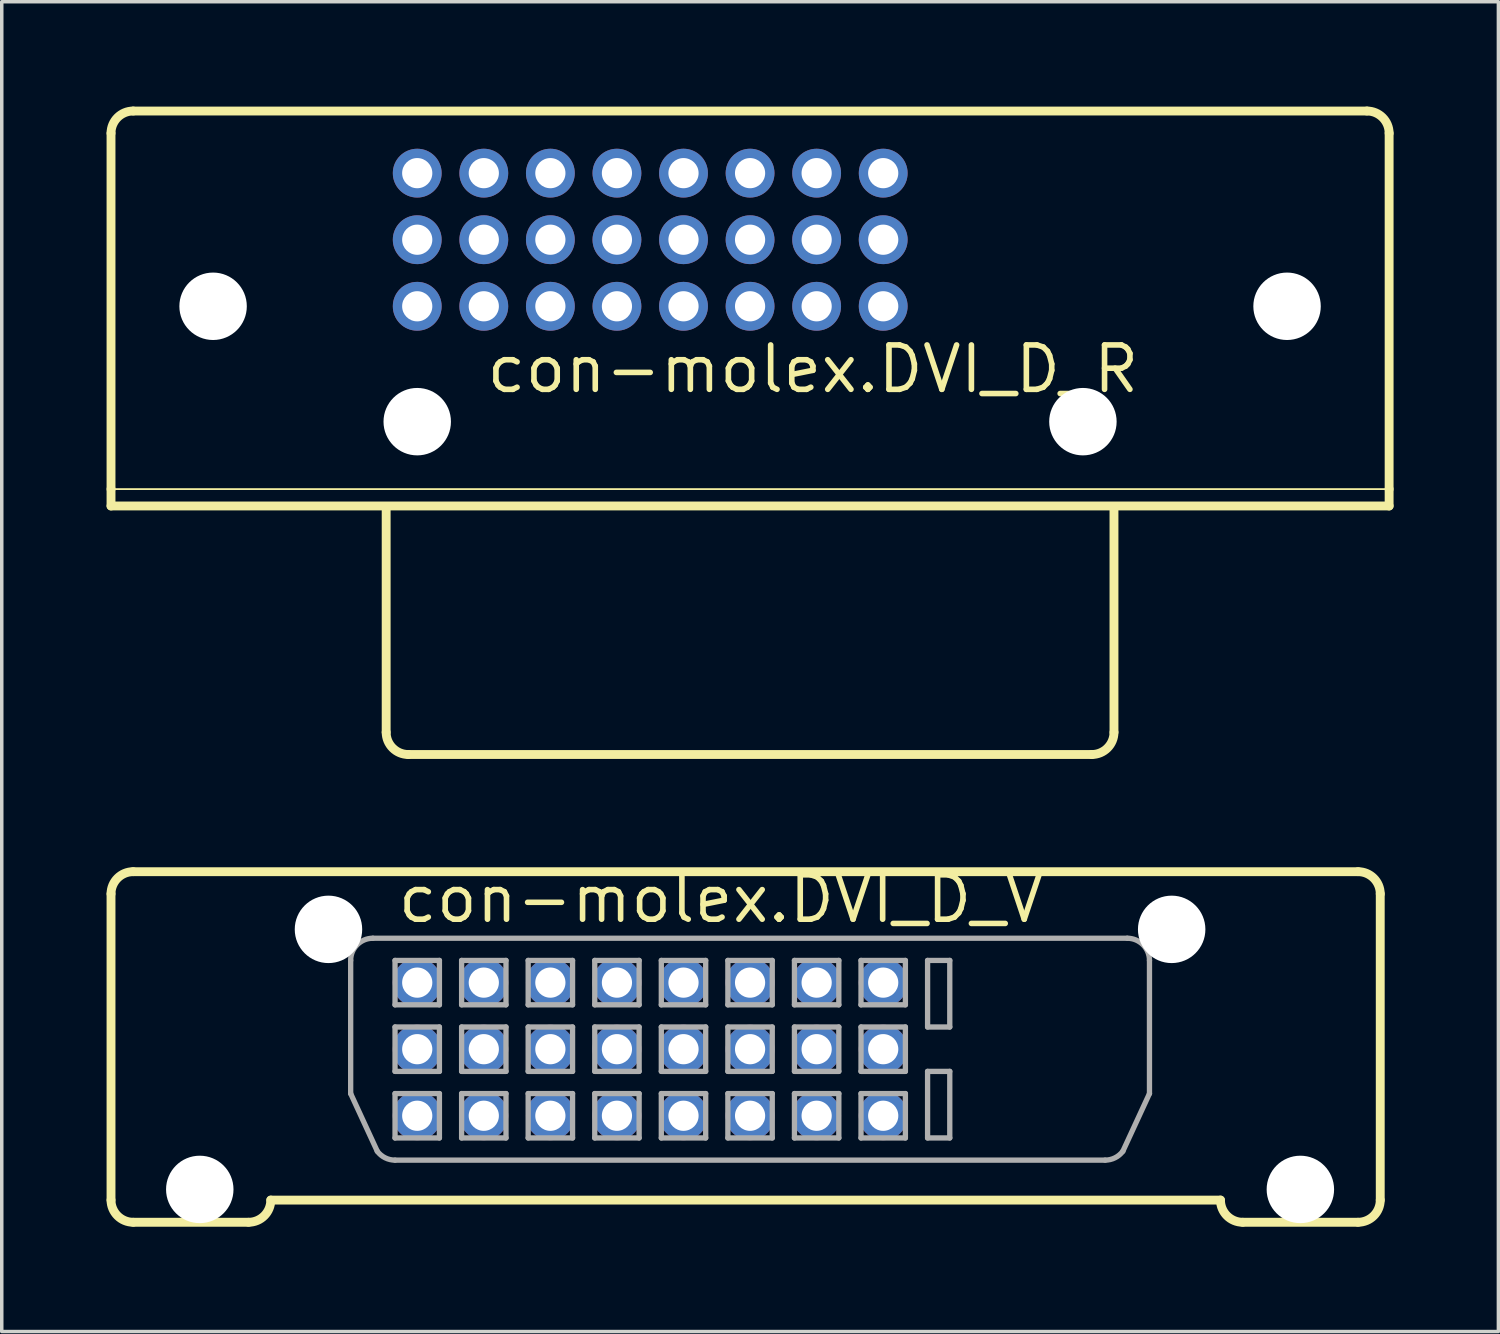
<source format=kicad_pcb>
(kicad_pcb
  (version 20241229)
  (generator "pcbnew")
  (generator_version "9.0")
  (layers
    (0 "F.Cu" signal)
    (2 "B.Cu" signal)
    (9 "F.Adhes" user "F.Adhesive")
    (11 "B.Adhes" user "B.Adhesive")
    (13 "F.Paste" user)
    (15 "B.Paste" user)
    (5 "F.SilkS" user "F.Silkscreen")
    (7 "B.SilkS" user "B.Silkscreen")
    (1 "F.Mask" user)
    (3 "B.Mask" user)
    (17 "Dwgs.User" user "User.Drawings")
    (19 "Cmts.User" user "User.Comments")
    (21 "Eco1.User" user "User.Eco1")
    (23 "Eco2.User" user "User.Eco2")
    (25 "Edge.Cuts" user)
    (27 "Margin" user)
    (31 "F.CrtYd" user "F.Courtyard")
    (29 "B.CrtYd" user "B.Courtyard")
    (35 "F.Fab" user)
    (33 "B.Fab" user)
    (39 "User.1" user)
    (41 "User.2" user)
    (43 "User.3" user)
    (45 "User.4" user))
  (footprint "con-molex.DVI_D_V"
    (layer "F.Cu")
    (at 18.415 26.34)
    (property "Reference" "con-molex.DVI_D_V" (at -10.16 -2.921 0) (layer "F.SilkS") (effects (font (size 1.27 1.27) (thickness 0.16)) (justify left bottom)))
    (attr through_hole)
    (fp_line (start -18.288 4.953) (end -18.288 -3.81) (stroke (width 0.254) (type default)) (layer "F.SilkS"))
    (fp_line (start -17.653 5.588) (end -14.351 5.588) (stroke (width 0.254) (type default)) (layer "F.SilkS"))
    (fp_line (start -13.716 4.953) (end 13.462 4.953) (stroke (width 0.254) (type default)) (layer "F.SilkS"))
    (fp_line (start 14.097 5.588) (end 17.399 5.588) (stroke (width 0.254) (type default)) (layer "F.SilkS"))
    (fp_line (start 17.399 -4.445) (end -17.653 -4.445) (stroke (width 0.254) (type default)) (layer "F.SilkS"))
    (fp_line (start 18.034 4.953) (end 18.034 -3.81) (stroke (width 0.254) (type default)) (layer "F.SilkS"))
    (fp_arc (start -18.288 -3.81) (mid -18.102013 -4.259013) (end -17.653 -4.445) (stroke (width 0.254) (type default)) (layer "F.SilkS"))
    (fp_arc (start -17.653 5.588) (mid -18.102013 5.402013) (end -18.288 4.953) (stroke (width 0.254) (type default)) (layer "F.SilkS"))
    (fp_arc (start -13.716 4.953) (mid -13.901987 5.402013) (end -14.351 5.588) (stroke (width 0.254) (type default)) (layer "F.SilkS"))
    (fp_arc (start 14.097 5.588) (mid 13.647987 5.402013) (end 13.462 4.953) (stroke (width 0.254) (type default)) (layer "F.SilkS"))
    (fp_arc (start 17.399 -4.445) (mid 17.848013 -4.259013) (end 18.034 -3.81) (stroke (width 0.254) (type default)) (layer "F.SilkS"))
    (fp_arc (start 18.034 4.953) (mid 17.848013 5.402013) (end 17.399 5.588) (stroke (width 0.254) (type default)) (layer "F.SilkS"))
    (fp_line (start -11.43 -1.905) (end -11.43 1.905) (stroke (width 0.152) (type default)) (layer "F.Fab"))
    (fp_line (start -11.43 1.905) (end -10.668 3.556) (stroke (width 0.152) (type default)) (layer "F.Fab"))
    (fp_line (start -10.795 -2.54) (end 10.795 -2.54) (stroke (width 0.152) (type default)) (layer "F.Fab"))
    (fp_line (start -10.16 -1.905) (end -10.16 -0.635) (stroke (width 0.152) (type default)) (layer "F.Fab"))
    (fp_line (start -10.16 -0.635) (end -8.89 -0.635) (stroke (width 0.152) (type default)) (layer "F.Fab"))
    (fp_line (start -10.16 0) (end -10.16 1.27) (stroke (width 0.152) (type default)) (layer "F.Fab"))
    (fp_line (start -10.16 1.27) (end -8.89 1.27) (stroke (width 0.152) (type default)) (layer "F.Fab"))
    (fp_line (start -10.16 1.905) (end -10.16 3.175) (stroke (width 0.152) (type default)) (layer "F.Fab"))
    (fp_line (start -10.16 3.175) (end -8.89 3.175) (stroke (width 0.152) (type default)) (layer "F.Fab"))
    (fp_line (start -10.16 3.81) (end 10.16 3.81) (stroke (width 0.152) (type default)) (layer "F.Fab"))
    (fp_line (start -8.89 -1.905) (end -10.16 -1.905) (stroke (width 0.152) (type default)) (layer "F.Fab"))
    (fp_line (start -8.89 -0.635) (end -8.89 -1.905) (stroke (width 0.152) (type default)) (layer "F.Fab"))
    (fp_line (start -8.89 0) (end -10.16 0) (stroke (width 0.152) (type default)) (layer "F.Fab"))
    (fp_line (start -8.89 1.27) (end -8.89 0) (stroke (width 0.152) (type default)) (layer "F.Fab"))
    (fp_line (start -8.89 1.905) (end -10.16 1.905) (stroke (width 0.152) (type default)) (layer "F.Fab"))
    (fp_line (start -8.89 3.175) (end -8.89 1.905) (stroke (width 0.152) (type default)) (layer "F.Fab"))
    (fp_line (start -8.255 -1.905) (end -8.255 -0.635) (stroke (width 0.152) (type default)) (layer "F.Fab"))
    (fp_line (start -8.255 -0.635) (end -6.985 -0.635) (stroke (width 0.152) (type default)) (layer "F.Fab"))
    (fp_line (start -8.255 0) (end -8.255 1.27) (stroke (width 0.152) (type default)) (layer "F.Fab"))
    (fp_line (start -8.255 1.27) (end -6.985 1.27) (stroke (width 0.152) (type default)) (layer "F.Fab"))
    (fp_line (start -8.255 1.905) (end -8.255 3.175) (stroke (width 0.152) (type default)) (layer "F.Fab"))
    (fp_line (start -8.255 3.175) (end -6.985 3.175) (stroke (width 0.152) (type default)) (layer "F.Fab"))
    (fp_line (start -6.985 -1.905) (end -8.255 -1.905) (stroke (width 0.152) (type default)) (layer "F.Fab"))
    (fp_line (start -6.985 -0.635) (end -6.985 -1.905) (stroke (width 0.152) (type default)) (layer "F.Fab"))
    (fp_line (start -6.985 0) (end -8.255 0) (stroke (width 0.152) (type default)) (layer "F.Fab"))
    (fp_line (start -6.985 1.27) (end -6.985 0) (stroke (width 0.152) (type default)) (layer "F.Fab"))
    (fp_line (start -6.985 1.905) (end -8.255 1.905) (stroke (width 0.152) (type default)) (layer "F.Fab"))
    (fp_line (start -6.985 3.175) (end -6.985 1.905) (stroke (width 0.152) (type default)) (layer "F.Fab"))
    (fp_line (start -6.35 -1.905) (end -6.35 -0.635) (stroke (width 0.152) (type default)) (layer "F.Fab"))
    (fp_line (start -6.35 -0.635) (end -5.08 -0.635) (stroke (width 0.152) (type default)) (layer "F.Fab"))
    (fp_line (start -6.35 0) (end -6.35 1.27) (stroke (width 0.152) (type default)) (layer "F.Fab"))
    (fp_line (start -6.35 1.27) (end -5.08 1.27) (stroke (width 0.152) (type default)) (layer "F.Fab"))
    (fp_line (start -6.35 1.905) (end -6.35 3.175) (stroke (width 0.152) (type default)) (layer "F.Fab"))
    (fp_line (start -6.35 3.175) (end -5.08 3.175) (stroke (width 0.152) (type default)) (layer "F.Fab"))
    (fp_line (start -5.08 -1.905) (end -6.35 -1.905) (stroke (width 0.152) (type default)) (layer "F.Fab"))
    (fp_line (start -5.08 -0.635) (end -5.08 -1.905) (stroke (width 0.152) (type default)) (layer "F.Fab"))
    (fp_line (start -5.08 0) (end -6.35 0) (stroke (width 0.152) (type default)) (layer "F.Fab"))
    (fp_line (start -5.08 1.27) (end -5.08 0) (stroke (width 0.152) (type default)) (layer "F.Fab"))
    (fp_line (start -5.08 1.905) (end -6.35 1.905) (stroke (width 0.152) (type default)) (layer "F.Fab"))
    (fp_line (start -5.08 3.175) (end -5.08 1.905) (stroke (width 0.152) (type default)) (layer "F.Fab"))
    (fp_line (start -4.445 -1.905) (end -4.445 -0.635) (stroke (width 0.152) (type default)) (layer "F.Fab"))
    (fp_line (start -4.445 -0.635) (end -3.175 -0.635) (stroke (width 0.152) (type default)) (layer "F.Fab"))
    (fp_line (start -4.445 0) (end -4.445 1.27) (stroke (width 0.152) (type default)) (layer "F.Fab"))
    (fp_line (start -4.445 1.27) (end -3.175 1.27) (stroke (width 0.152) (type default)) (layer "F.Fab"))
    (fp_line (start -4.445 1.905) (end -4.445 3.175) (stroke (width 0.152) (type default)) (layer "F.Fab"))
    (fp_line (start -4.445 3.175) (end -3.175 3.175) (stroke (width 0.152) (type default)) (layer "F.Fab"))
    (fp_line (start -3.175 -1.905) (end -4.445 -1.905) (stroke (width 0.152) (type default)) (layer "F.Fab"))
    (fp_line (start -3.175 -0.635) (end -3.175 -1.905) (stroke (width 0.152) (type default)) (layer "F.Fab"))
    (fp_line (start -3.175 0) (end -4.445 0) (stroke (width 0.152) (type default)) (layer "F.Fab"))
    (fp_line (start -3.175 1.27) (end -3.175 0) (stroke (width 0.152) (type default)) (layer "F.Fab"))
    (fp_line (start -3.175 1.905) (end -4.445 1.905) (stroke (width 0.152) (type default)) (layer "F.Fab"))
    (fp_line (start -3.175 3.175) (end -3.175 1.905) (stroke (width 0.152) (type default)) (layer "F.Fab"))
    (fp_line (start -2.54 -1.905) (end -2.54 -0.635) (stroke (width 0.152) (type default)) (layer "F.Fab"))
    (fp_line (start -2.54 -0.635) (end -1.27 -0.635) (stroke (width 0.152) (type default)) (layer "F.Fab"))
    (fp_line (start -2.54 0) (end -2.54 1.27) (stroke (width 0.152) (type default)) (layer "F.Fab"))
    (fp_line (start -2.54 1.27) (end -1.27 1.27) (stroke (width 0.152) (type default)) (layer "F.Fab"))
    (fp_line (start -2.54 1.905) (end -2.54 3.175) (stroke (width 0.152) (type default)) (layer "F.Fab"))
    (fp_line (start -2.54 3.175) (end -1.27 3.175) (stroke (width 0.152) (type default)) (layer "F.Fab"))
    (fp_line (start -1.27 -1.905) (end -2.54 -1.905) (stroke (width 0.152) (type default)) (layer "F.Fab"))
    (fp_line (start -1.27 -0.635) (end -1.27 -1.905) (stroke (width 0.152) (type default)) (layer "F.Fab"))
    (fp_line (start -1.27 0) (end -2.54 0) (stroke (width 0.152) (type default)) (layer "F.Fab"))
    (fp_line (start -1.27 1.27) (end -1.27 0) (stroke (width 0.152) (type default)) (layer "F.Fab"))
    (fp_line (start -1.27 1.905) (end -2.54 1.905) (stroke (width 0.152) (type default)) (layer "F.Fab"))
    (fp_line (start -1.27 3.175) (end -1.27 1.905) (stroke (width 0.152) (type default)) (layer "F.Fab"))
    (fp_line (start -0.635 -1.905) (end -0.635 -0.635) (stroke (width 0.152) (type default)) (layer "F.Fab"))
    (fp_line (start -0.635 -0.635) (end 0.635 -0.635) (stroke (width 0.152) (type default)) (layer "F.Fab"))
    (fp_line (start -0.635 0) (end -0.635 1.27) (stroke (width 0.152) (type default)) (layer "F.Fab"))
    (fp_line (start -0.635 1.27) (end 0.635 1.27) (stroke (width 0.152) (type default)) (layer "F.Fab"))
    (fp_line (start -0.635 1.905) (end -0.635 3.175) (stroke (width 0.152) (type default)) (layer "F.Fab"))
    (fp_line (start -0.635 3.175) (end 0.635 3.175) (stroke (width 0.152) (type default)) (layer "F.Fab"))
    (fp_line (start 0.635 -1.905) (end -0.635 -1.905) (stroke (width 0.152) (type default)) (layer "F.Fab"))
    (fp_line (start 0.635 -0.635) (end 0.635 -1.905) (stroke (width 0.152) (type default)) (layer "F.Fab"))
    (fp_line (start 0.635 0) (end -0.635 0) (stroke (width 0.152) (type default)) (layer "F.Fab"))
    (fp_line (start 0.635 1.27) (end 0.635 0) (stroke (width 0.152) (type default)) (layer "F.Fab"))
    (fp_line (start 0.635 1.905) (end -0.635 1.905) (stroke (width 0.152) (type default)) (layer "F.Fab"))
    (fp_line (start 0.635 3.175) (end 0.635 1.905) (stroke (width 0.152) (type default)) (layer "F.Fab"))
    (fp_line (start 1.27 -1.905) (end 1.27 -0.635) (stroke (width 0.152) (type default)) (layer "F.Fab"))
    (fp_line (start 1.27 -0.635) (end 2.54 -0.635) (stroke (width 0.152) (type default)) (layer "F.Fab"))
    (fp_line (start 1.27 0) (end 1.27 1.27) (stroke (width 0.152) (type default)) (layer "F.Fab"))
    (fp_line (start 1.27 1.27) (end 2.54 1.27) (stroke (width 0.152) (type default)) (layer "F.Fab"))
    (fp_line (start 1.27 1.905) (end 1.27 3.175) (stroke (width 0.152) (type default)) (layer "F.Fab"))
    (fp_line (start 1.27 3.175) (end 2.54 3.175) (stroke (width 0.152) (type default)) (layer "F.Fab"))
    (fp_line (start 2.54 -1.905) (end 1.27 -1.905) (stroke (width 0.152) (type default)) (layer "F.Fab"))
    (fp_line (start 2.54 -0.635) (end 2.54 -1.905) (stroke (width 0.152) (type default)) (layer "F.Fab"))
    (fp_line (start 2.54 0) (end 1.27 0) (stroke (width 0.152) (type default)) (layer "F.Fab"))
    (fp_line (start 2.54 1.27) (end 2.54 0) (stroke (width 0.152) (type default)) (layer "F.Fab"))
    (fp_line (start 2.54 1.905) (end 1.27 1.905) (stroke (width 0.152) (type default)) (layer "F.Fab"))
    (fp_line (start 2.54 3.175) (end 2.54 1.905) (stroke (width 0.152) (type default)) (layer "F.Fab"))
    (fp_line (start 3.175 -1.905) (end 3.175 -0.635) (stroke (width 0.152) (type default)) (layer "F.Fab"))
    (fp_line (start 3.175 -0.635) (end 4.445 -0.635) (stroke (width 0.152) (type default)) (layer "F.Fab"))
    (fp_line (start 3.175 0) (end 3.175 1.27) (stroke (width 0.152) (type default)) (layer "F.Fab"))
    (fp_line (start 3.175 1.27) (end 4.445 1.27) (stroke (width 0.152) (type default)) (layer "F.Fab"))
    (fp_line (start 3.175 1.905) (end 3.175 3.175) (stroke (width 0.152) (type default)) (layer "F.Fab"))
    (fp_line (start 3.175 3.175) (end 4.445 3.175) (stroke (width 0.152) (type default)) (layer "F.Fab"))
    (fp_line (start 4.445 -1.905) (end 3.175 -1.905) (stroke (width 0.152) (type default)) (layer "F.Fab"))
    (fp_line (start 4.445 -0.635) (end 4.445 -1.905) (stroke (width 0.152) (type default)) (layer "F.Fab"))
    (fp_line (start 4.445 0) (end 3.175 0) (stroke (width 0.152) (type default)) (layer "F.Fab"))
    (fp_line (start 4.445 1.27) (end 4.445 0) (stroke (width 0.152) (type default)) (layer "F.Fab"))
    (fp_line (start 4.445 1.905) (end 3.175 1.905) (stroke (width 0.152) (type default)) (layer "F.Fab"))
    (fp_line (start 4.445 3.175) (end 4.445 1.905) (stroke (width 0.152) (type default)) (layer "F.Fab"))
    (fp_line (start 5.08 -1.905) (end 5.715 -1.905) (stroke (width 0.152) (type default)) (layer "F.Fab"))
    (fp_line (start 5.08 0) (end 5.08 -1.905) (stroke (width 0.152) (type default)) (layer "F.Fab"))
    (fp_line (start 5.08 1.27) (end 5.715 1.27) (stroke (width 0.152) (type default)) (layer "F.Fab"))
    (fp_line (start 5.08 3.175) (end 5.08 1.27) (stroke (width 0.152) (type default)) (layer "F.Fab"))
    (fp_line (start 5.715 -1.905) (end 5.715 0) (stroke (width 0.152) (type default)) (layer "F.Fab"))
    (fp_line (start 5.715 0) (end 5.08 0) (stroke (width 0.152) (type default)) (layer "F.Fab"))
    (fp_line (start 5.715 1.27) (end 5.715 3.175) (stroke (width 0.152) (type default)) (layer "F.Fab"))
    (fp_line (start 5.715 3.175) (end 5.08 3.175) (stroke (width 0.152) (type default)) (layer "F.Fab"))
    (fp_line (start 11.43 -1.905) (end 11.43 1.905) (stroke (width 0.152) (type default)) (layer "F.Fab"))
    (fp_line (start 11.43 1.905) (end 10.668 3.556) (stroke (width 0.152) (type default)) (layer "F.Fab"))
    (fp_arc (start -11.43 -1.905) (mid -11.244013 -2.354013) (end -10.795 -2.54) (stroke (width 0.1524) (type default)) (layer "F.Fab"))
    (fp_arc (start -10.16 3.81) (mid -10.443981 3.742961) (end -10.668 3.556) (stroke (width 0.1524) (type default)) (layer "F.Fab"))
    (fp_arc (start 10.668 3.556) (mid 10.443981 3.742961) (end 10.16 3.81) (stroke (width 0.1524) (type default)) (layer "F.Fab"))
    (fp_arc (start 10.795 -2.54) (mid 11.244013 -2.354013) (end 11.43 -1.905) (stroke (width 0.1524) (type default)) (layer "F.Fab"))
    (pad "" np_thru_hole circle (at -15.748 4.648) (size 1.93 1.93) (drill 1.93) (layers "*.Cu" "*.Mask"))
    (pad "" np_thru_hole circle (at -12.065 -2.794) (size 1.93 1.93) (drill 1.93) (layers "*.Cu" "*.Mask"))
    (pad "" np_thru_hole circle (at 12.065 -2.794) (size 1.93 1.93) (drill 1.93) (layers "*.Cu" "*.Mask"))
    (pad "" np_thru_hole circle (at 15.748 4.648) (size 1.93 1.93) (drill 1.93) (layers "*.Cu" "*.Mask"))
    (pad "1" thru_hole circle (at -9.525 -1.27) (size 1.397 1.397) (drill 0.864) (layers "*.Cu" "*.Mask"))
    (pad "2" thru_hole circle (at -7.62 -1.27) (size 1.397 1.397) (drill 0.864) (layers "*.Cu" "*.Mask"))
    (pad "3" thru_hole circle (at -5.715 -1.27) (size 1.397 1.397) (drill 0.864) (layers "*.Cu" "*.Mask"))
    (pad "4" thru_hole circle (at -3.81 -1.27) (size 1.397 1.397) (drill 0.864) (layers "*.Cu" "*.Mask"))
    (pad "5" thru_hole circle (at -1.905 -1.27) (size 1.397 1.397) (drill 0.864) (layers "*.Cu" "*.Mask"))
    (pad "6" thru_hole circle (at 0 -1.27) (size 1.397 1.397) (drill 0.864) (layers "*.Cu" "*.Mask"))
    (pad "7" thru_hole circle (at 1.905 -1.27) (size 1.397 1.397) (drill 0.864) (layers "*.Cu" "*.Mask"))
    (pad "8" thru_hole circle (at 3.81 -1.27) (size 1.397 1.397) (drill 0.864) (layers "*.Cu" "*.Mask"))
    (pad "9" thru_hole circle (at -9.525 0.635) (size 1.397 1.397) (drill 0.864) (layers "*.Cu" "*.Mask"))
    (pad "10" thru_hole circle (at -7.62 0.635) (size 1.397 1.397) (drill 0.864) (layers "*.Cu" "*.Mask"))
    (pad "11" thru_hole circle (at -5.715 0.635) (size 1.397 1.397) (drill 0.864) (layers "*.Cu" "*.Mask"))
    (pad "12" thru_hole circle (at -3.81 0.635) (size 1.397 1.397) (drill 0.864) (layers "*.Cu" "*.Mask"))
    (pad "13" thru_hole circle (at -1.905 0.635) (size 1.397 1.397) (drill 0.864) (layers "*.Cu" "*.Mask"))
    (pad "14" thru_hole circle (at 0 0.635) (size 1.397 1.397) (drill 0.864) (layers "*.Cu" "*.Mask"))
    (pad "15" thru_hole circle (at 1.905 0.635) (size 1.397 1.397) (drill 0.864) (layers "*.Cu" "*.Mask"))
    (pad "16" thru_hole circle (at 3.81 0.635) (size 1.397 1.397) (drill 0.864) (layers "*.Cu" "*.Mask"))
    (pad "17" thru_hole circle (at -9.525 2.54) (size 1.397 1.397) (drill 0.864) (layers "*.Cu" "*.Mask"))
    (pad "18" thru_hole circle (at -7.62 2.54) (size 1.397 1.397) (drill 0.864) (layers "*.Cu" "*.Mask"))
    (pad "19" thru_hole circle (at -5.715 2.54) (size 1.397 1.397) (drill 0.864) (layers "*.Cu" "*.Mask"))
    (pad "20" thru_hole circle (at -3.81 2.54) (size 1.397 1.397) (drill 0.864) (layers "*.Cu" "*.Mask"))
    (pad "21" thru_hole circle (at -1.905 2.54) (size 1.397 1.397) (drill 0.864) (layers "*.Cu" "*.Mask"))
    (pad "22" thru_hole circle (at 0 2.54) (size 1.397 1.397) (drill 0.864) (layers "*.Cu" "*.Mask"))
    (pad "23" thru_hole circle (at 1.905 2.54) (size 1.397 1.397) (drill 0.864) (layers "*.Cu" "*.Mask"))
    (pad "24" thru_hole circle (at 3.81 2.54) (size 1.397 1.397) (drill 0.864) (layers "*.Cu" "*.Mask")))
  (footprint "con-molex.DVI_D_R"
    (layer "F.Cu")
    (at 18.415 8.89)
    (property "Reference" "con-molex.DVI_D_R" (at -7.62 -0.635 0) (layer "F.SilkS") (effects (font (size 1.27 1.27) (thickness 0.16)) (justify left bottom)))
    (attr through_hole)
    (fp_line (start -18.288 -8.128) (end -18.288 2.057) (stroke (width 0.254) (type default)) (layer "F.SilkS"))
    (fp_line (start -18.288 2.057) (end -18.288 2.54) (stroke (width 0.254) (type default)) (layer "F.SilkS"))
    (fp_line (start -18.288 2.057) (end 18.288 2.057) (stroke (width 0.051) (type default)) (layer "F.SilkS"))
    (fp_line (start -18.288 2.54) (end 18.288 2.54) (stroke (width 0.254) (type default)) (layer "F.SilkS"))
    (fp_line (start -10.414 2.667) (end -10.414 9.017) (stroke (width 0.254) (type default)) (layer "F.SilkS"))
    (fp_line (start -9.779 9.652) (end 9.779 9.652) (stroke (width 0.254) (type default)) (layer "F.SilkS"))
    (fp_line (start 10.414 9.017) (end 10.414 2.667) (stroke (width 0.254) (type default)) (layer "F.SilkS"))
    (fp_line (start 17.653 -8.763) (end -17.653 -8.763) (stroke (width 0.254) (type default)) (layer "F.SilkS"))
    (fp_line (start 18.288 2.057) (end 18.288 -8.128) (stroke (width 0.254) (type default)) (layer "F.SilkS"))
    (fp_line (start 18.288 2.54) (end 18.288 2.057) (stroke (width 0.254) (type default)) (layer "F.SilkS"))
    (fp_arc (start -18.288 -8.128) (mid -18.102013 -8.577013) (end -17.653 -8.763) (stroke (width 0.254) (type default)) (layer "F.SilkS"))
    (fp_arc (start -9.779 9.652) (mid -10.228013 9.466013) (end -10.414 9.017) (stroke (width 0.254) (type default)) (layer "F.SilkS"))
    (fp_arc (start 10.414 9.017) (mid 10.228013 9.466013) (end 9.779 9.652) (stroke (width 0.254) (type default)) (layer "F.SilkS"))
    (fp_arc (start 17.653 -8.763) (mid 18.102013 -8.577013) (end 18.288 -8.128) (stroke (width 0.254) (type default)) (layer "F.SilkS"))
    (pad "" np_thru_hole circle (at -15.367 -3.175) (size 1.93 1.93) (drill 1.93) (layers "*.Cu" "*.Mask"))
    (pad "" np_thru_hole circle (at -9.525 0.127) (size 1.93 1.93) (drill 1.93) (layers "*.Cu" "*.Mask"))
    (pad "" np_thru_hole circle (at 9.525 0.127) (size 1.93 1.93) (drill 1.93) (layers "*.Cu" "*.Mask"))
    (pad "" np_thru_hole circle (at 15.367 -3.175) (size 1.93 1.93) (drill 1.93) (layers "*.Cu" "*.Mask"))
    (pad "1" thru_hole circle (at -9.525 -6.985) (size 1.397 1.397) (drill 0.864) (layers "*.Cu" "*.Mask"))
    (pad "2" thru_hole circle (at -7.62 -6.985) (size 1.397 1.397) (drill 0.864) (layers "*.Cu" "*.Mask"))
    (pad "3" thru_hole circle (at -5.715 -6.985) (size 1.397 1.397) (drill 0.864) (layers "*.Cu" "*.Mask"))
    (pad "4" thru_hole circle (at -3.81 -6.985) (size 1.397 1.397) (drill 0.864) (layers "*.Cu" "*.Mask"))
    (pad "5" thru_hole circle (at -1.905 -6.985) (size 1.397 1.397) (drill 0.864) (layers "*.Cu" "*.Mask"))
    (pad "6" thru_hole circle (at 0 -6.985) (size 1.397 1.397) (drill 0.864) (layers "*.Cu" "*.Mask"))
    (pad "7" thru_hole circle (at 1.905 -6.985) (size 1.397 1.397) (drill 0.864) (layers "*.Cu" "*.Mask"))
    (pad "8" thru_hole circle (at 3.81 -6.985) (size 1.397 1.397) (drill 0.864) (layers "*.Cu" "*.Mask"))
    (pad "9" thru_hole circle (at -9.525 -5.08) (size 1.397 1.397) (drill 0.864) (layers "*.Cu" "*.Mask"))
    (pad "10" thru_hole circle (at -7.62 -5.08) (size 1.397 1.397) (drill 0.864) (layers "*.Cu" "*.Mask"))
    (pad "11" thru_hole circle (at -5.715 -5.08) (size 1.397 1.397) (drill 0.864) (layers "*.Cu" "*.Mask"))
    (pad "12" thru_hole circle (at -3.81 -5.08) (size 1.397 1.397) (drill 0.864) (layers "*.Cu" "*.Mask"))
    (pad "13" thru_hole circle (at -1.905 -5.08) (size 1.397 1.397) (drill 0.864) (layers "*.Cu" "*.Mask"))
    (pad "14" thru_hole circle (at 0 -5.08) (size 1.397 1.397) (drill 0.864) (layers "*.Cu" "*.Mask"))
    (pad "15" thru_hole circle (at 1.905 -5.08) (size 1.397 1.397) (drill 0.864) (layers "*.Cu" "*.Mask"))
    (pad "16" thru_hole circle (at 3.81 -5.08) (size 1.397 1.397) (drill 0.864) (layers "*.Cu" "*.Mask"))
    (pad "17" thru_hole circle (at -9.525 -3.175) (size 1.397 1.397) (drill 0.864) (layers "*.Cu" "*.Mask"))
    (pad "18" thru_hole circle (at -7.62 -3.175) (size 1.397 1.397) (drill 0.864) (layers "*.Cu" "*.Mask"))
    (pad "19" thru_hole circle (at -5.715 -3.175) (size 1.397 1.397) (drill 0.864) (layers "*.Cu" "*.Mask"))
    (pad "20" thru_hole circle (at -3.81 -3.175) (size 1.397 1.397) (drill 0.864) (layers "*.Cu" "*.Mask"))
    (pad "21" thru_hole circle (at -1.905 -3.175) (size 1.397 1.397) (drill 0.864) (layers "*.Cu" "*.Mask"))
    (pad "22" thru_hole circle (at 0 -3.175) (size 1.397 1.397) (drill 0.864) (layers "*.Cu" "*.Mask"))
    (pad "23" thru_hole circle (at 1.905 -3.175) (size 1.397 1.397) (drill 0.864) (layers "*.Cu" "*.Mask"))
    (pad "24" thru_hole circle (at 3.81 -3.175) (size 1.397 1.397) (drill 0.864) (layers "*.Cu" "*.Mask")))
  (gr_rect
    (start -3 -3)
    (end 39.83 35.055)
    (stroke (width 0.1) (type default))
    (fill no)
    (layer "Edge.Cuts")))
</source>
